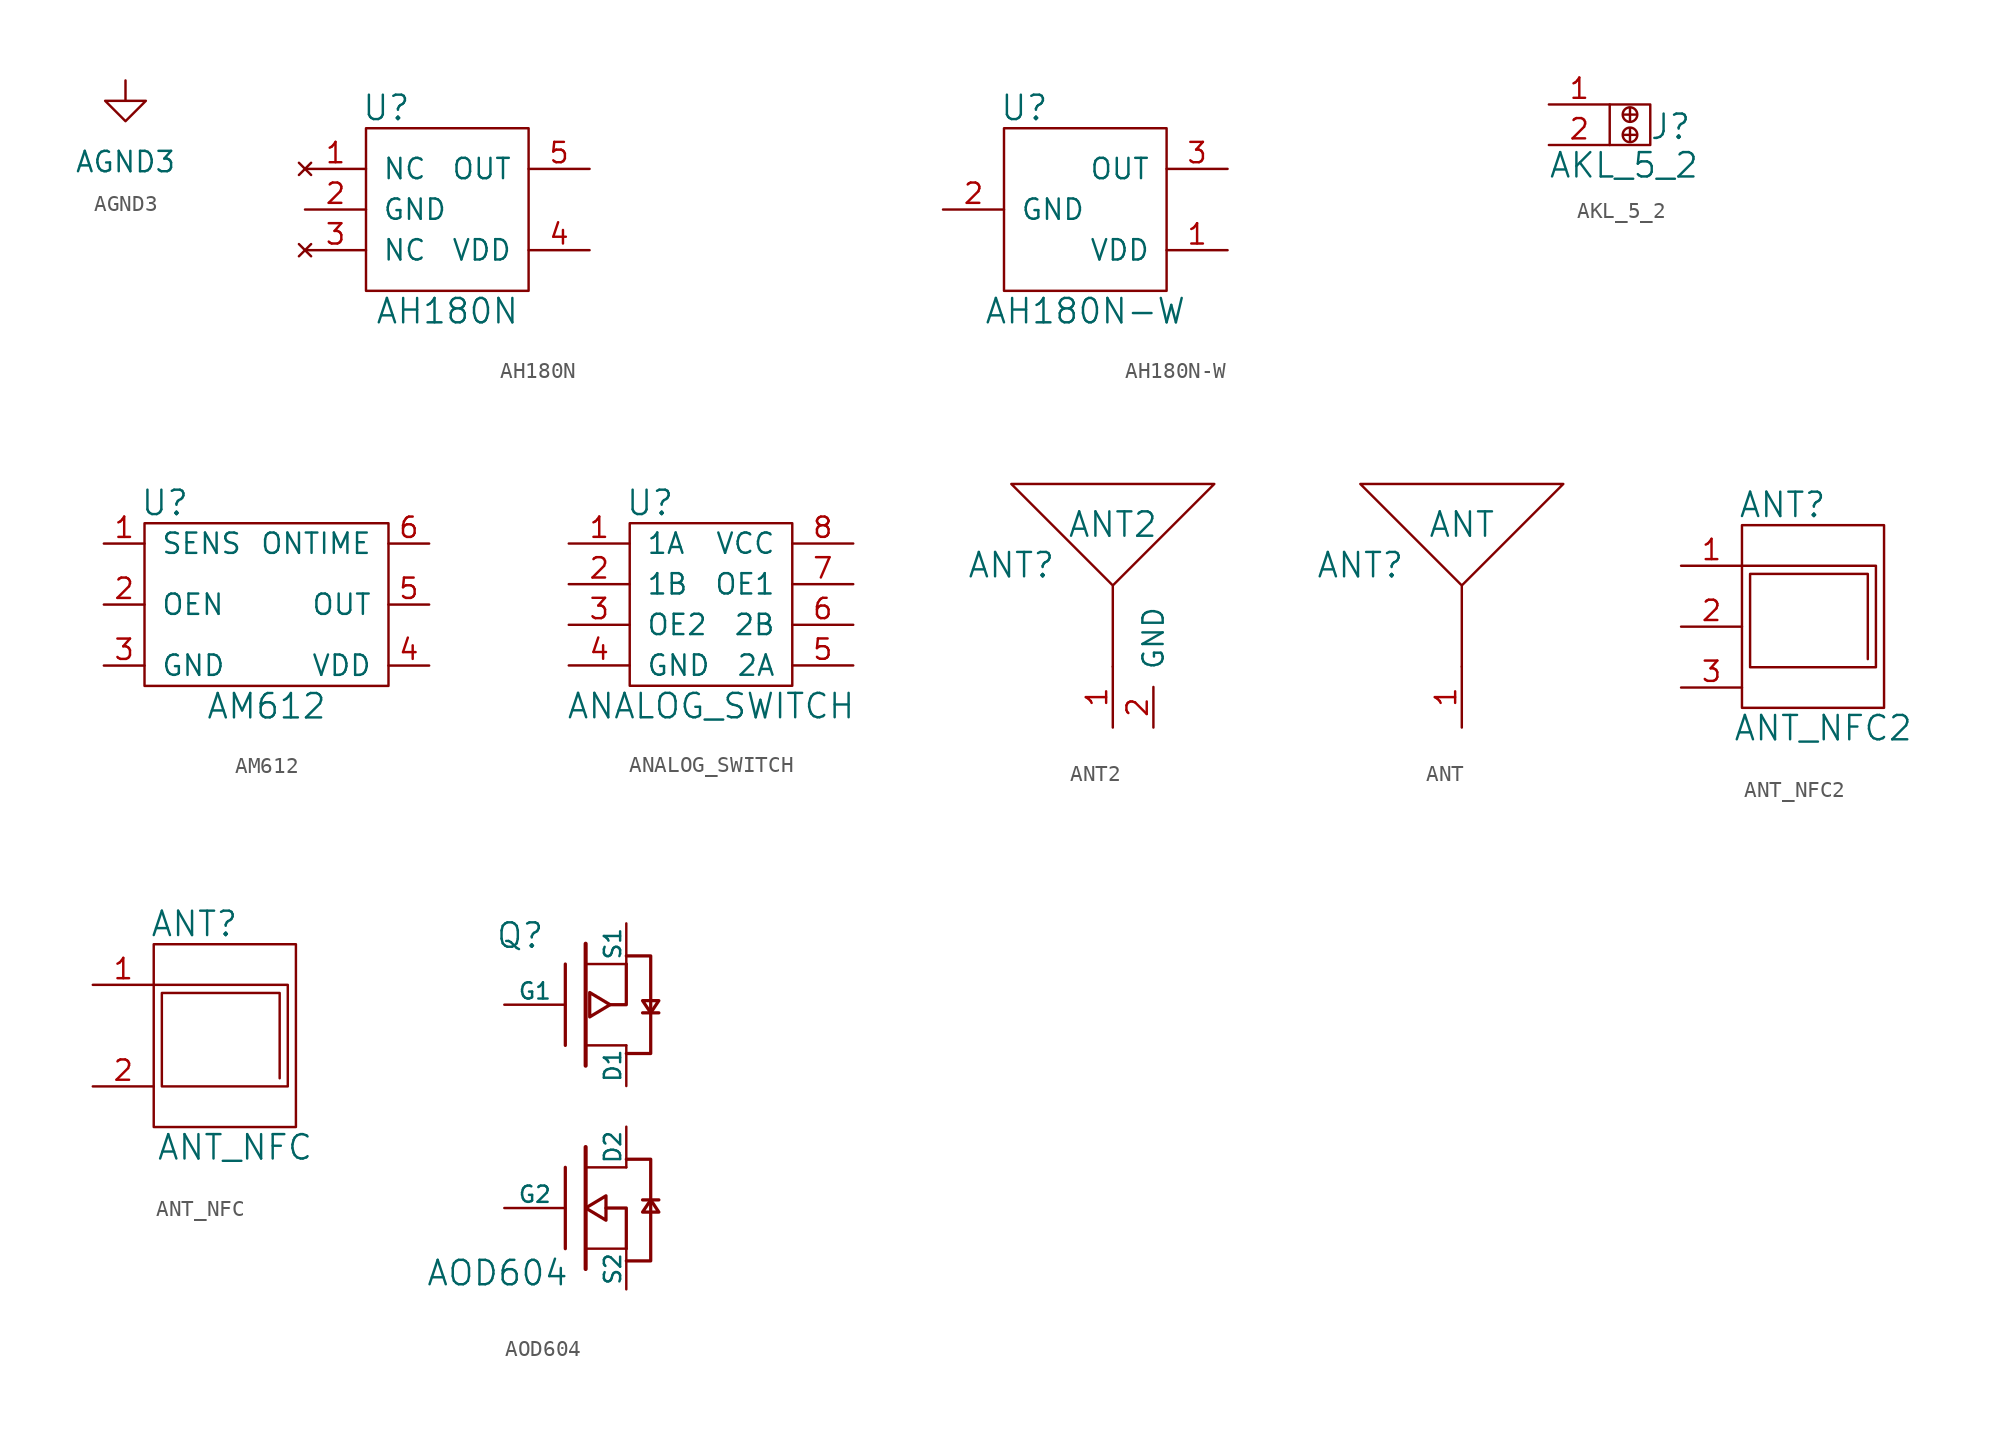
<source format=kicad_sym>
(kicad_symbol_lib
  (version 20210619)
  (generator kicad_symbol_editor)
  (symbol "tinkerforge:AGND3"
    (power)
    (pin_names
      (offset 0))
    (property "Reference" "#PWR"
      (at 0 -6.35 0)
      (effects (font (size 1.27 1.27)) hide))
    (property "Value" "AGND3"
      (at 0 -5.08 0)
      (effects (font (size 1.27 1.27))))
    (property "Footprint" ""
      (at 0 0 0)
      (effects (font (size 1.27 1.27))))
    (property "Datasheet" ""
      (at 0 0 0)
      (effects (font (size 1.27 1.27))))
    (symbol "AGND3_0_1"
      (polyline (pts (xy 0 0) (xy 0 -1.27) (xy 1.27 -1.27) (xy 0 -2.54) (xy -1.27 -1.27) (xy 0 -1.27)) (stroke (width 0)) (fill (type none))))
    (symbol "AGND3_1_1"
      (pin power_in line (at 0 0 270) (length 0) hide (name "AGND3" (effects (font (size 1.27 1.27)))) (number "1" (effects (font (size 1.27 1.27)))))))
  (symbol "tinkerforge:AH180N"
    (pin_names
      (offset 1.016))
    (property "Reference" "U"
      (at -3.81 6.35 0)
      (effects (font (size 1.524 1.524))))
    (property "Value" "AH180N"
      (at 0 -6.35 0)
      (effects (font (size 1.524 1.524))))
    (property "Footprint" ""
      (at 20.32 -6.35 0)
      (effects (font (size 1.524 1.524))))
    (property "Datasheet" ""
      (at 20.32 -6.35 0)
      (effects (font (size 1.524 1.524))))
    (symbol "AH180N_0_1"
      (rectangle (start -5.08 5.08) (end 5.08 -5.08) (stroke (width 0)) (fill (type none))))
    (symbol "AH180N_1_1"
      (pin no_connect line (at -8.89 2.54 0) (length 3.81) (name "NC" (effects (font (size 1.27 1.27)))) (number "1" (effects (font (size 1.27 1.27)))))
      (pin passive line (at -8.89 0 0) (length 3.81) (name "GND" (effects (font (size 1.27 1.27)))) (number "2" (effects (font (size 1.27 1.27)))))
      (pin no_connect line (at -8.89 -2.54 0) (length 3.81) (name "NC" (effects (font (size 1.27 1.27)))) (number "3" (effects (font (size 1.27 1.27)))))
      (pin passive line (at 8.89 -2.54 180) (length 3.81) (name "VDD" (effects (font (size 1.27 1.27)))) (number "4" (effects (font (size 1.27 1.27)))))
      (pin passive line (at 8.89 2.54 180) (length 3.81) (name "OUT" (effects (font (size 1.27 1.27)))) (number "5" (effects (font (size 1.27 1.27)))))))
  (symbol "tinkerforge:AH180N-W"
    (pin_names
      (offset 1.016))
    (property "Reference" "U"
      (at -3.81 6.35 0)
      (effects (font (size 1.524 1.524))))
    (property "Value" "AH180N-W"
      (at 0 -6.35 0)
      (effects (font (size 1.524 1.524))))
    (property "Footprint" ""
      (at 20.32 -6.35 0)
      (effects (font (size 1.524 1.524))))
    (property "Datasheet" ""
      (at 20.32 -6.35 0)
      (effects (font (size 1.524 1.524))))
    (symbol "AH180N-W_0_1"
      (rectangle (start -5.08 5.08) (end 5.08 -5.08) (stroke (width 0)) (fill (type none))))
    (symbol "AH180N-W_1_1"
      (pin passive line (at 8.89 -2.54 180) (length 3.81) (name "VDD" (effects (font (size 1.27 1.27)))) (number "1" (effects (font (size 1.27 1.27)))))
      (pin passive line (at -8.89 0 0) (length 3.81) (name "GND" (effects (font (size 1.27 1.27)))) (number "2" (effects (font (size 1.27 1.27)))))
      (pin passive line (at 8.89 2.54 180) (length 3.81) (name "OUT" (effects (font (size 1.27 1.27)))) (number "3" (effects (font (size 1.27 1.27)))))))
  (symbol "tinkerforge:AKL_5_2"
    (pin_names
      (offset 1.016) hide)
    (property "Reference" "J"
      (at 2.54 -0.127 0)
      (effects (font (size 1.524 1.524))))
    (property "Value" "AKL_5_2"
      (at -0.381 -2.54 0)
      (effects (font (size 1.524 1.524))))
    (property "Footprint" ""
      (at 0 0 0)
      (effects (font (size 1.524 1.524))))
    (property "Datasheet" ""
      (at 0 0 0)
      (effects (font (size 1.524 1.524))))
    (symbol "AKL_5_2_0_1"
      (circle (center 0 -0.635) (radius 0.457) (stroke (width 0)) (fill (type none)))
      (circle (center 0 0.635) (radius 0.457) (stroke (width 0)) (fill (type none)))
      (rectangle (start -1.27 1.27) (end 1.27 -1.27) (stroke (width 0)) (fill (type none)))
      (polyline (pts (xy -0.381 -0.635) (xy 0.381 -0.635) (xy 0.381 -0.635)) (stroke (width 0)) (fill (type none)))
      (polyline (pts (xy -0.381 0.635) (xy 0.381 0.635) (xy 0.381 0.635)) (stroke (width 0)) (fill (type none)))
      (polyline (pts (xy 0 -0.254) (xy 0 -1.016) (xy 0 -1.016)) (stroke (width 0)) (fill (type none)))
      (polyline (pts (xy 0 1.016) (xy 0 0.254) (xy 0 0.254)) (stroke (width 0)) (fill (type none))))
    (symbol "AKL_5_2_1_1"
      (pin passive line (at -5.08 1.27 0) (length 3.81) (name "~" (effects (font (size 1.27 1.27)))) (number "1" (effects (font (size 1.27 1.27)))))
      (pin passive line (at -5.08 -1.27 0) (length 3.81) (name "~" (effects (font (size 1.27 1.27)))) (number "2" (effects (font (size 1.27 1.27)))))))
  (symbol "tinkerforge:AM612"
    (pin_names
      (offset 1.016))
    (property "Reference" "U"
      (at -6.35 6.35 0)
      (effects (font (size 1.524 1.524))))
    (property "Value" "AM612"
      (at 0 -6.35 0)
      (effects (font (size 1.524 1.524))))
    (symbol "AM612_0_1"
      (rectangle (start -7.62 5.08) (end 7.62 -5.08) (stroke (width 0)) (fill (type none))))
    (symbol "AM612_1_1"
      (pin passive line (at -10.16 3.81 0) (length 2.54) (name "SENS" (effects (font (size 1.27 1.27)))) (number "1" (effects (font (size 1.27 1.27)))))
      (pin passive line (at -10.16 0 0) (length 2.54) (name "OEN" (effects (font (size 1.27 1.27)))) (number "2" (effects (font (size 1.27 1.27)))))
      (pin passive line (at -10.16 -3.81 0) (length 2.54) (name "GND" (effects (font (size 1.27 1.27)))) (number "3" (effects (font (size 1.27 1.27)))))
      (pin passive line (at 10.16 -3.81 180) (length 2.54) (name "VDD" (effects (font (size 1.27 1.27)))) (number "4" (effects (font (size 1.27 1.27)))))
      (pin passive line (at 10.16 0 180) (length 2.54) (name "OUT" (effects (font (size 1.27 1.27)))) (number "5" (effects (font (size 1.27 1.27)))))
      (pin passive line (at 10.16 3.81 180) (length 2.54) (name "ONTIME" (effects (font (size 1.27 1.27)))) (number "6" (effects (font (size 1.27 1.27)))))))
  (symbol "tinkerforge:ANALOG_SWITCH"
    (pin_names
      (offset 1.016))
    (property "Reference" "U"
      (at -3.81 6.35 0)
      (effects (font (size 1.524 1.524))))
    (property "Value" "ANALOG_SWITCH"
      (at 0 -6.35 0)
      (effects (font (size 1.524 1.524))))
    (property "Footprint" ""
      (at 0 0 0)
      (effects (font (size 1.524 1.524))))
    (property "Datasheet" ""
      (at 0 0 0)
      (effects (font (size 1.524 1.524))))
    (symbol "ANALOG_SWITCH_0_1"
      (rectangle (start -5.08 5.08) (end 5.08 -5.08) (stroke (width 0)) (fill (type none))))
    (symbol "ANALOG_SWITCH_1_1"
      (pin passive line (at -8.89 3.81 0) (length 3.81) (name "1A" (effects (font (size 1.27 1.27)))) (number "1" (effects (font (size 1.27 1.27)))))
      (pin passive line (at -8.89 1.27 0) (length 3.81) (name "1B" (effects (font (size 1.27 1.27)))) (number "2" (effects (font (size 1.27 1.27)))))
      (pin passive line (at -8.89 -1.27 0) (length 3.81) (name "OE2" (effects (font (size 1.27 1.27)))) (number "3" (effects (font (size 1.27 1.27)))))
      (pin passive line (at -8.89 -3.81 0) (length 3.81) (name "GND" (effects (font (size 1.27 1.27)))) (number "4" (effects (font (size 1.27 1.27)))))
      (pin passive line (at 8.89 -3.81 180) (length 3.81) (name "2A" (effects (font (size 1.27 1.27)))) (number "5" (effects (font (size 1.27 1.27)))))
      (pin passive line (at 8.89 -1.27 180) (length 3.81) (name "2B" (effects (font (size 1.27 1.27)))) (number "6" (effects (font (size 1.27 1.27)))))
      (pin passive line (at 8.89 1.27 180) (length 3.81) (name "OE1" (effects (font (size 1.27 1.27)))) (number "7" (effects (font (size 1.27 1.27)))))
      (pin passive line (at 8.89 3.81 180) (length 3.81) (name "VCC" (effects (font (size 1.27 1.27)))) (number "8" (effects (font (size 1.27 1.27)))))))
  (symbol "tinkerforge:ANT2"
    (pin_names
      (offset 1.016))
    (property "Reference" "ANT"
      (at -6.35 3.81 0)
      (effects (font (size 1.524 1.524))))
    (property "Value" "ANT2"
      (at 0 6.35 0)
      (effects (font (size 1.524 1.524))))
    (property "Footprint" ""
      (at -1.27 -2.54 0)
      (effects (font (size 1.524 1.524))))
    (property "Datasheet" ""
      (at -1.27 -2.54 0)
      (effects (font (size 1.524 1.524))))
    (symbol "ANT2_0_1"
      (polyline (pts (xy 0 -2.54) (xy 0 2.54) (xy -6.35 8.89) (xy 6.35 8.89) (xy 0 2.54)) (stroke (width 0)) (fill (type none))))
    (symbol "ANT2_1_1"
      (pin passive line (at 0 -6.35 90) (length 3.81) (name "~" (effects (font (size 1.27 1.27)))) (number "1" (effects (font (size 1.27 1.27)))))
      (pin input line (at 2.54 -6.35 90) (length 2.54) (name "GND" (effects (font (size 1.27 1.27)))) (number "2" (effects (font (size 1.27 1.27)))))))
  (symbol "tinkerforge:ANT"
    (pin_names
      (offset 1.016))
    (property "Reference" "ANT"
      (at -6.35 3.81 0)
      (effects (font (size 1.524 1.524))))
    (property "Value" "ANT"
      (at 0 6.35 0)
      (effects (font (size 1.524 1.524))))
    (property "Footprint" ""
      (at -1.27 -2.54 0)
      (effects (font (size 1.524 1.524))))
    (property "Datasheet" ""
      (at -1.27 -2.54 0)
      (effects (font (size 1.524 1.524))))
    (symbol "ANT_0_1"
      (polyline (pts (xy 0 -2.54) (xy 0 2.54) (xy -6.35 8.89) (xy 6.35 8.89) (xy 0 2.54)) (stroke (width 0)) (fill (type none))))
    (symbol "ANT_1_1"
      (pin passive line (at 0 -6.35 90) (length 3.81) (name "~" (effects (font (size 1.27 1.27)))) (number "1" (effects (font (size 1.27 1.27)))))))
  (symbol "tinkerforge:ANT_NFC2"
    (pin_names
      (offset 1.016))
    (property "Reference" "ANT"
      (at -5.08 5.08 0)
      (effects (font (size 1.524 1.524))))
    (property "Value" "ANT_NFC2"
      (at -2.54 -8.89 0)
      (effects (font (size 1.524 1.524))))
    (property "Footprint" ""
      (at 0 0 0)
      (effects (font (size 1.524 1.524))))
    (property "Datasheet" ""
      (at 0 0 0)
      (effects (font (size 1.524 1.524))))
    (symbol "ANT_NFC2_0_1"
      (rectangle (start -7.62 3.81) (end 1.27 -7.62) (stroke (width 0)) (fill (type none)))
      (polyline (pts (xy -7.62 1.27) (xy 0.762 1.27) (xy 0.762 -5.08) (xy -7.112 -5.08) (xy -7.112 0.762) (xy 0.254 0.762) (xy 0.254 -4.572)) (stroke (width 0)) (fill (type none))))
    (symbol "ANT_NFC2_1_1"
      (pin passive line (at -11.43 1.27 0) (length 3.81) (name "~" (effects (font (size 1.27 1.27)))) (number "1" (effects (font (size 1.27 1.27)))))
      (pin passive line (at -11.43 -2.54 0) (length 3.81) (name "~" (effects (font (size 1.27 1.27)))) (number "2" (effects (font (size 1.27 1.27)))))
      (pin input line (at -11.43 -6.35 0) (length 3.81) (name "~" (effects (font (size 1.27 1.27)))) (number "3" (effects (font (size 1.27 1.27)))))))
  (symbol "tinkerforge:ANT_NFC"
    (pin_names
      (offset 1.016))
    (property "Reference" "ANT"
      (at -5.08 5.08 0)
      (effects (font (size 1.524 1.524))))
    (property "Value" "ANT_NFC"
      (at -2.54 -8.89 0)
      (effects (font (size 1.524 1.524))))
    (property "Footprint" ""
      (at 0 0 0)
      (effects (font (size 1.524 1.524))))
    (property "Datasheet" ""
      (at 0 0 0)
      (effects (font (size 1.524 1.524))))
    (symbol "ANT_NFC_0_1"
      (rectangle (start -7.62 3.81) (end 1.27 -7.62) (stroke (width 0)) (fill (type none)))
      (polyline (pts (xy -7.62 1.27) (xy 0.762 1.27) (xy 0.762 -5.08) (xy -7.112 -5.08) (xy -7.112 0.762) (xy 0.254 0.762) (xy 0.254 -4.572)) (stroke (width 0)) (fill (type none))))
    (symbol "ANT_NFC_1_1"
      (pin passive line (at -11.43 1.27 0) (length 3.81) (name "~" (effects (font (size 1.27 1.27)))) (number "1" (effects (font (size 1.27 1.27)))))
      (pin passive line (at -11.43 -5.08 0) (length 3.81) (name "~" (effects (font (size 1.27 1.27)))) (number "2" (effects (font (size 1.27 1.27)))))))
  (symbol "tinkerforge:AOD604"
    (pin_numbers hide)
    (pin_names
      (offset 0))
    (property "Reference" "Q"
      (at -5.08 10.668 0)
      (effects (font (size 1.524 1.524)) (justify right)))
    (property "Value" "AOD604"
      (at -3.556 -10.414 0)
      (effects (font (size 1.524 1.524)) (justify right)))
    (property "Footprint" ""
      (at 0 0 0)
      (effects (font (size 1.524 1.524))))
    (property "Datasheet" ""
      (at 0 0 0)
      (effects (font (size 1.524 1.524))))
    (symbol "AOD604_0_1"
      (polyline (pts (xy -3.81 -8.89) (xy -3.81 -3.81)) (stroke (width 0.203)) (fill (type none)))
      (polyline (pts (xy -3.81 3.81) (xy -3.81 8.89)) (stroke (width 0.203)) (fill (type none)))
      (polyline (pts (xy -2.54 -10.16) (xy -2.54 -2.54)) (stroke (width 0.254)) (fill (type none)))
      (polyline (pts (xy -2.54 2.54) (xy -2.54 10.16)) (stroke (width 0.254)) (fill (type none)))
      (polyline (pts (xy 0 -8.89) (xy -2.54 -8.89)) (stroke (width 0)) (fill (type none)))
      (polyline (pts (xy 0 -3.81) (xy -2.54 -3.81)) (stroke (width 0)) (fill (type none)))
      (polyline (pts (xy 0 3.81) (xy -2.54 3.81)) (stroke (width 0)) (fill (type none)))
      (polyline (pts (xy 0 8.89) (xy -2.54 8.89)) (stroke (width 0)) (fill (type none)))
      (polyline (pts (xy 0 -8.89) (xy 0 -6.35) (xy -1.27 -6.35)) (stroke (width 0.203)) (fill (type none)))
      (polyline (pts (xy 1.016 -5.842) (xy 2.032 -5.842) (xy 2.032 -5.842)) (stroke (width 0.203)) (fill (type none)))
      (polyline (pts (xy 2.032 5.842) (xy 1.016 5.842) (xy 1.016 5.842)) (stroke (width 0.203)) (fill (type none)))
      (polyline (pts (xy -1.27 -5.588) (xy -1.27 -7.112) (xy -2.54 -6.35) (xy -1.27 -5.588) (xy -1.27 -5.588)) (stroke (width 0.203)) (fill (type none)))
      (polyline (pts (xy -1.016 6.35) (xy 0 6.35) (xy 0 8.89) (xy 0 8.89) (xy 0 8.89)) (stroke (width 0.203)) (fill (type none)))
      (polyline (pts (xy 0 -3.302) (xy 1.524 -3.302) (xy 1.524 -9.652) (xy 0 -9.652) (xy 0 -9.652)) (stroke (width 0.203)) (fill (type none)))
      (polyline (pts (xy 0 3.302) (xy 1.524 3.302) (xy 1.524 9.398) (xy 0 9.398) (xy 0 9.398)) (stroke (width 0.203)) (fill (type none)))
      (polyline (pts (xy 1.524 -5.842) (xy 1.016 -6.604) (xy 2.032 -6.604) (xy 1.524 -5.842) (xy 1.524 -5.842)) (stroke (width 0.203)) (fill (type none)))
      (polyline (pts (xy -2.286 7.112) (xy -2.286 5.588) (xy -1.016 6.35) (xy -2.286 7.112) (xy -2.286 7.112) (xy -2.286 7.112)) (stroke (width 0.203)) (fill (type none)))
      (polyline (pts (xy 1.016 6.604) (xy 2.032 6.604) (xy 1.524 5.842) (xy 1.016 6.604) (xy 1.016 6.604) (xy 1.016 6.604)) (stroke (width 0.203)) (fill (type none))))
    (symbol "AOD604_1_1"
      (pin input line (at 0 1.27 90) (length 2.54) (name "D1" (effects (font (size 1.016 1.016)))) (number "D1" (effects (font (size 1.016 1.016)))))
      (pin input line (at 0 -1.27 270) (length 2.54) (name "D2" (effects (font (size 1.016 1.016)))) (number "D2" (effects (font (size 1.016 1.016)))))
      (pin input line (at -7.62 6.35 0) (length 3.81) (name "G1" (effects (font (size 1.016 1.016)))) (number "G1" (effects (font (size 1.016 1.016)))))
      (pin input line (at -7.62 -6.35 0) (length 3.81) (name "G2" (effects (font (size 1.016 1.016)))) (number "G2" (effects (font (size 1.016 1.016)))))
      (pin passive line (at 0 11.43 270) (length 2.54) (name "S1" (effects (font (size 1.016 1.016)))) (number "S1" (effects (font (size 1.016 1.016)))))
      (pin passive line (at 0 -11.43 90) (length 2.54) (name "S2" (effects (font (size 1.016 1.016)))) (number "S2" (effects (font (size 1.016 1.016))))))))
</source>
